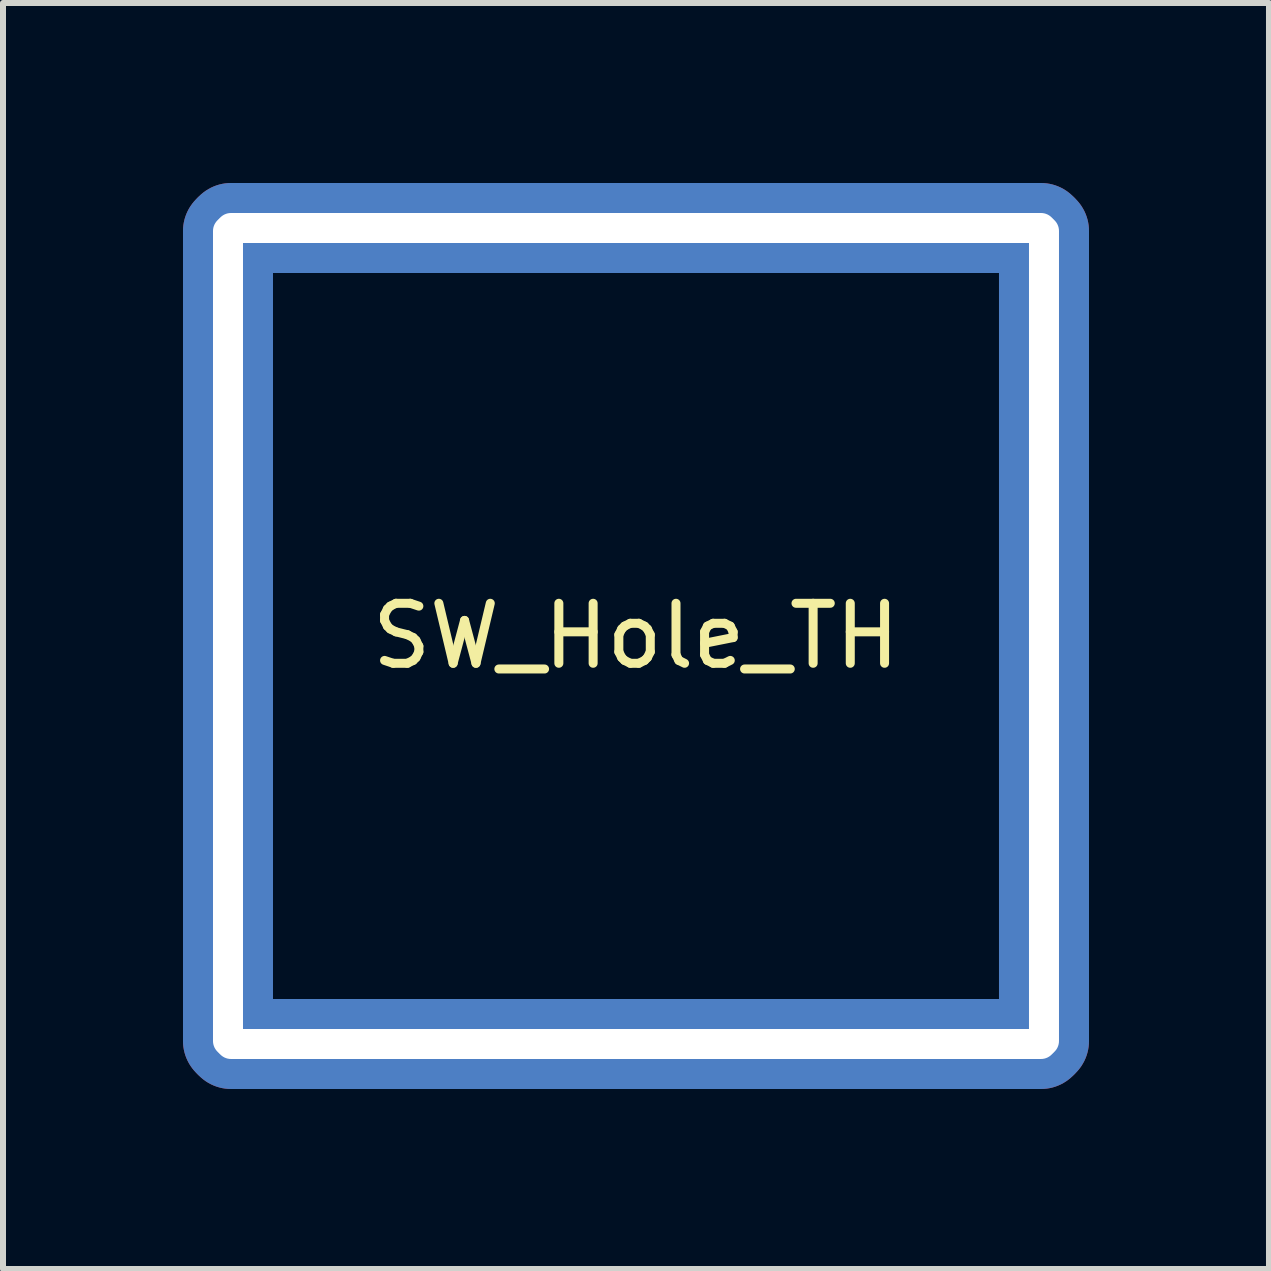
<source format=kicad_pcb>
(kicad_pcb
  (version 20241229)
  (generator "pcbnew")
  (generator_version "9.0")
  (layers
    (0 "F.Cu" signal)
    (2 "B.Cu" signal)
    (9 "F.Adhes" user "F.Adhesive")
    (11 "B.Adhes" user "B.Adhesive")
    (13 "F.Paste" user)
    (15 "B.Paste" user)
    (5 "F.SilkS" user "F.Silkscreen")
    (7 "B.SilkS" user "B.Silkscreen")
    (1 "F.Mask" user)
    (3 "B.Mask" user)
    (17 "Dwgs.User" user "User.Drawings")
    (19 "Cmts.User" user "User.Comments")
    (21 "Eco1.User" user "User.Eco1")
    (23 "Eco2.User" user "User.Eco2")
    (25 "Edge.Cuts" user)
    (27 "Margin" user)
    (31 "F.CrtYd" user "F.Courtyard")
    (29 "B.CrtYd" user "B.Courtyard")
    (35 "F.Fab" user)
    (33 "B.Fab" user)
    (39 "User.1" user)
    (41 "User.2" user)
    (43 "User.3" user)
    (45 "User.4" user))
  (footprint "SW_Hole_TH"
    (layer "F.Cu")
    (at 7.55 7.55)
    (property "Reference" "SW_Hole_TH" (at 0 0 0) (layer "F.SilkS") (effects (font (size 1 1) (thickness 0.15))))
    (attr through_hole)
    (pad "1" thru_hole oval (at -6.8 0) (size 1.5 15) (drill oval 0.5 14) (layers "*.Cu" "*.Mask"))
    (pad "1" thru_hole oval (at 0 -6.8 90) (size 1.5 15) (drill oval 0.5 14) (layers "*.Cu" "*.Mask"))
    (pad "1" thru_hole oval (at 0 6.8 90) (size 1.5 15) (drill oval 0.5 14) (layers "*.Cu" "*.Mask"))
    (pad "1" thru_hole oval (at 6.8 0) (size 1.5 15) (drill oval 0.5 14) (layers "*.Cu" "*.Mask")))
  (gr_rect
    (start -3 -3)
    (end 18.1 18.1)
    (stroke (width 0.1) (type default))
    (fill no)
    (layer "Edge.Cuts")))
</source>
